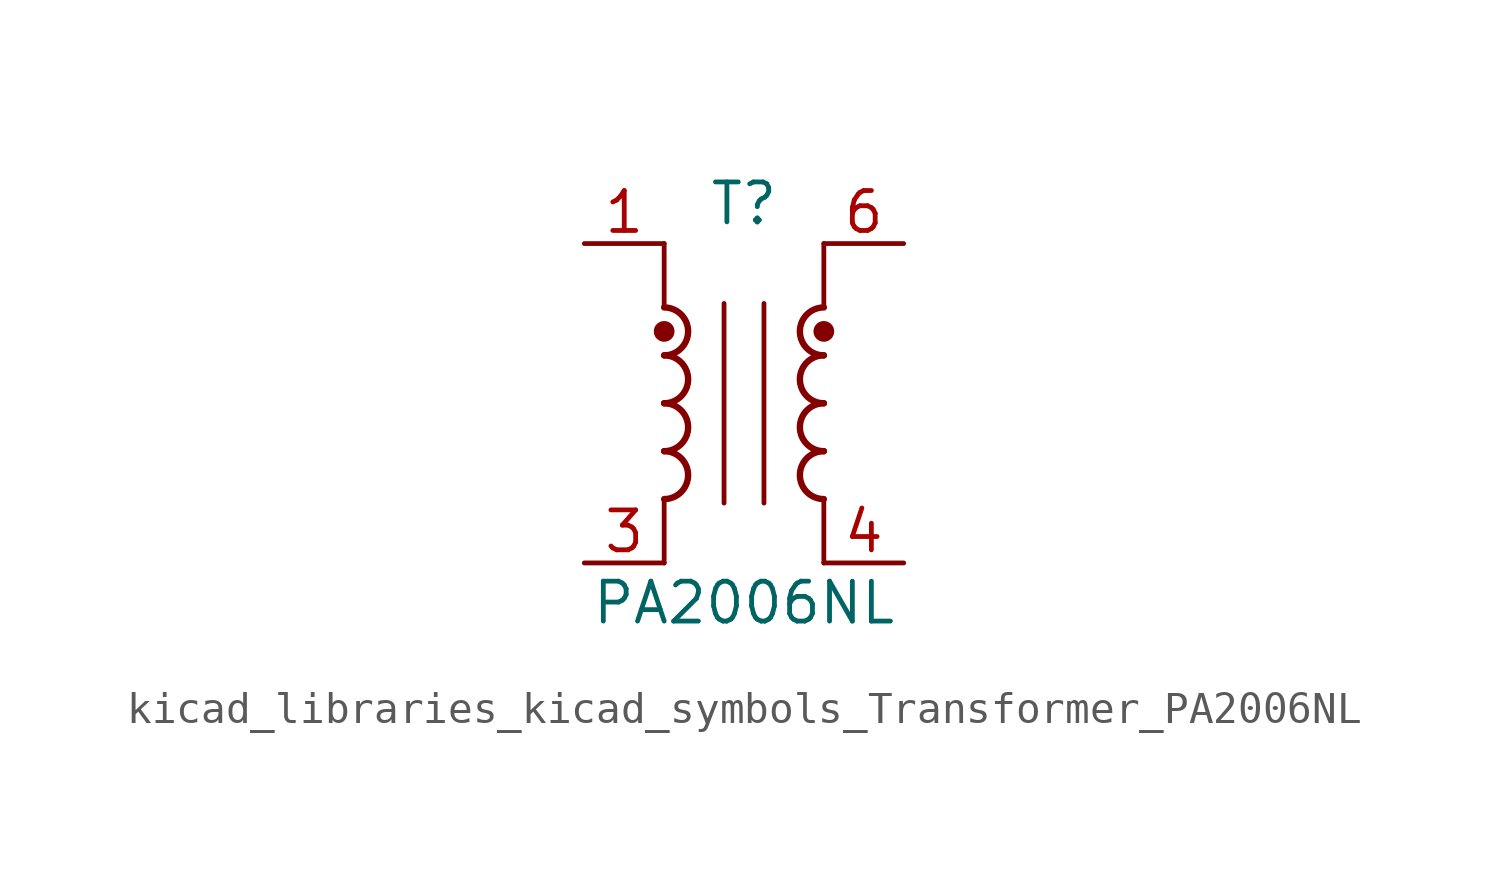
<source format=kicad_sym>
(kicad_symbol_lib
  (version 20220914)
  (generator kicad_symbol_editor)
  (symbol "kicad_libraries_kicad_symbols_Transformer_PA2006NL"
    (pin_names hide)
    (property "Reference" "T"
      (at 0 6.35 0)
      (effects (font (size 1.27 1.27))))
    (property "Value" "PA2006NL"
      (at 0 -6.35 0)
      (effects (font (size 1.27 1.27))))
    (symbol "kicad_libraries_kicad_symbols_Transformer_PA2006NL_0_1"
      (arc (start -2.54 -3.048) (mid -1.7813 -2.286) (end -2.54 -1.524) (stroke (width 0.2032) (type default)) (fill (type none)))
      (arc (start -2.54 -1.524) (mid -1.7813 -0.762) (end -2.54 0) (stroke (width 0.2032) (type default)) (fill (type none)))
      (arc (start -2.54 0) (mid -1.7813 0.762) (end -2.54 1.524) (stroke (width 0.2032) (type default)) (fill (type none)))
      (circle (center -2.54 2.286) (radius 0.254) (stroke (width 0) (type default)) (fill (type outline)))
      (polyline (pts (xy -2.54 -3.048) (xy -2.54 -5.08)) (stroke (width 0) (type default)) (fill (type none)))
      (polyline (pts (xy -2.54 5.08) (xy -2.54 3.048)) (stroke (width 0) (type default)) (fill (type none)))
      (polyline (pts (xy -0.635 3.175) (xy -0.635 -3.175)) (stroke (width 0) (type default)) (fill (type none)))
      (polyline (pts (xy 0.635 3.175) (xy 0.635 -3.175)) (stroke (width 0) (type default)) (fill (type none)))
      (polyline (pts (xy 2.54 -3.048) (xy 2.54 -5.08)) (stroke (width 0) (type default)) (fill (type none)))
      (polyline (pts (xy 2.54 5.08) (xy 2.54 3.048)) (stroke (width 0) (type default)) (fill (type none)))
      (arc (start 2.54 -1.524) (mid 1.7813 -2.286) (end 2.54 -3.048) (stroke (width 0.2032) (type default)) (fill (type none)))
      (arc (start 2.54 0) (mid 1.7813 -0.762) (end 2.54 -1.524) (stroke (width 0.2032) (type default)) (fill (type none)))
      (arc (start 2.54 1.524) (mid 1.7813 0.762) (end 2.54 0) (stroke (width 0.2032) (type default)) (fill (type none)))
      (circle (center 2.54 2.286) (radius 0.254) (stroke (width 0) (type default)) (fill (type outline)))
      (arc (start 2.54 3.048) (mid 1.7813 2.286) (end 2.54 1.524) (stroke (width 0.2032) (type default)) (fill (type none))))
    (symbol "kicad_libraries_kicad_symbols_Transformer_PA2006NL_1_1"
      (arc (start -2.54 1.524) (mid -1.7813 2.286) (end -2.54 3.048) (stroke (width 0.2032) (type default)) (fill (type none)))
      (pin passive line (at -5.08 5.08 0) (length 2.54) (name "~" (effects (font (size 1.27 1.27)))) (number "1" (effects (font (size 1.27 1.27)))))
      (pin passive line (at -5.08 -5.08 0) (length 2.54) (name "~" (effects (font (size 1.27 1.27)))) (number "3" (effects (font (size 1.27 1.27)))))
      (pin passive line (at 5.08 -5.08 180) (length 2.54) (name "~" (effects (font (size 1.27 1.27)))) (number "4" (effects (font (size 1.27 1.27)))))
      (pin passive line (at 5.08 5.08 180) (length 2.54) (name "~" (effects (font (size 1.27 1.27)))) (number "6" (effects (font (size 1.27 1.27))))))))
</source>
